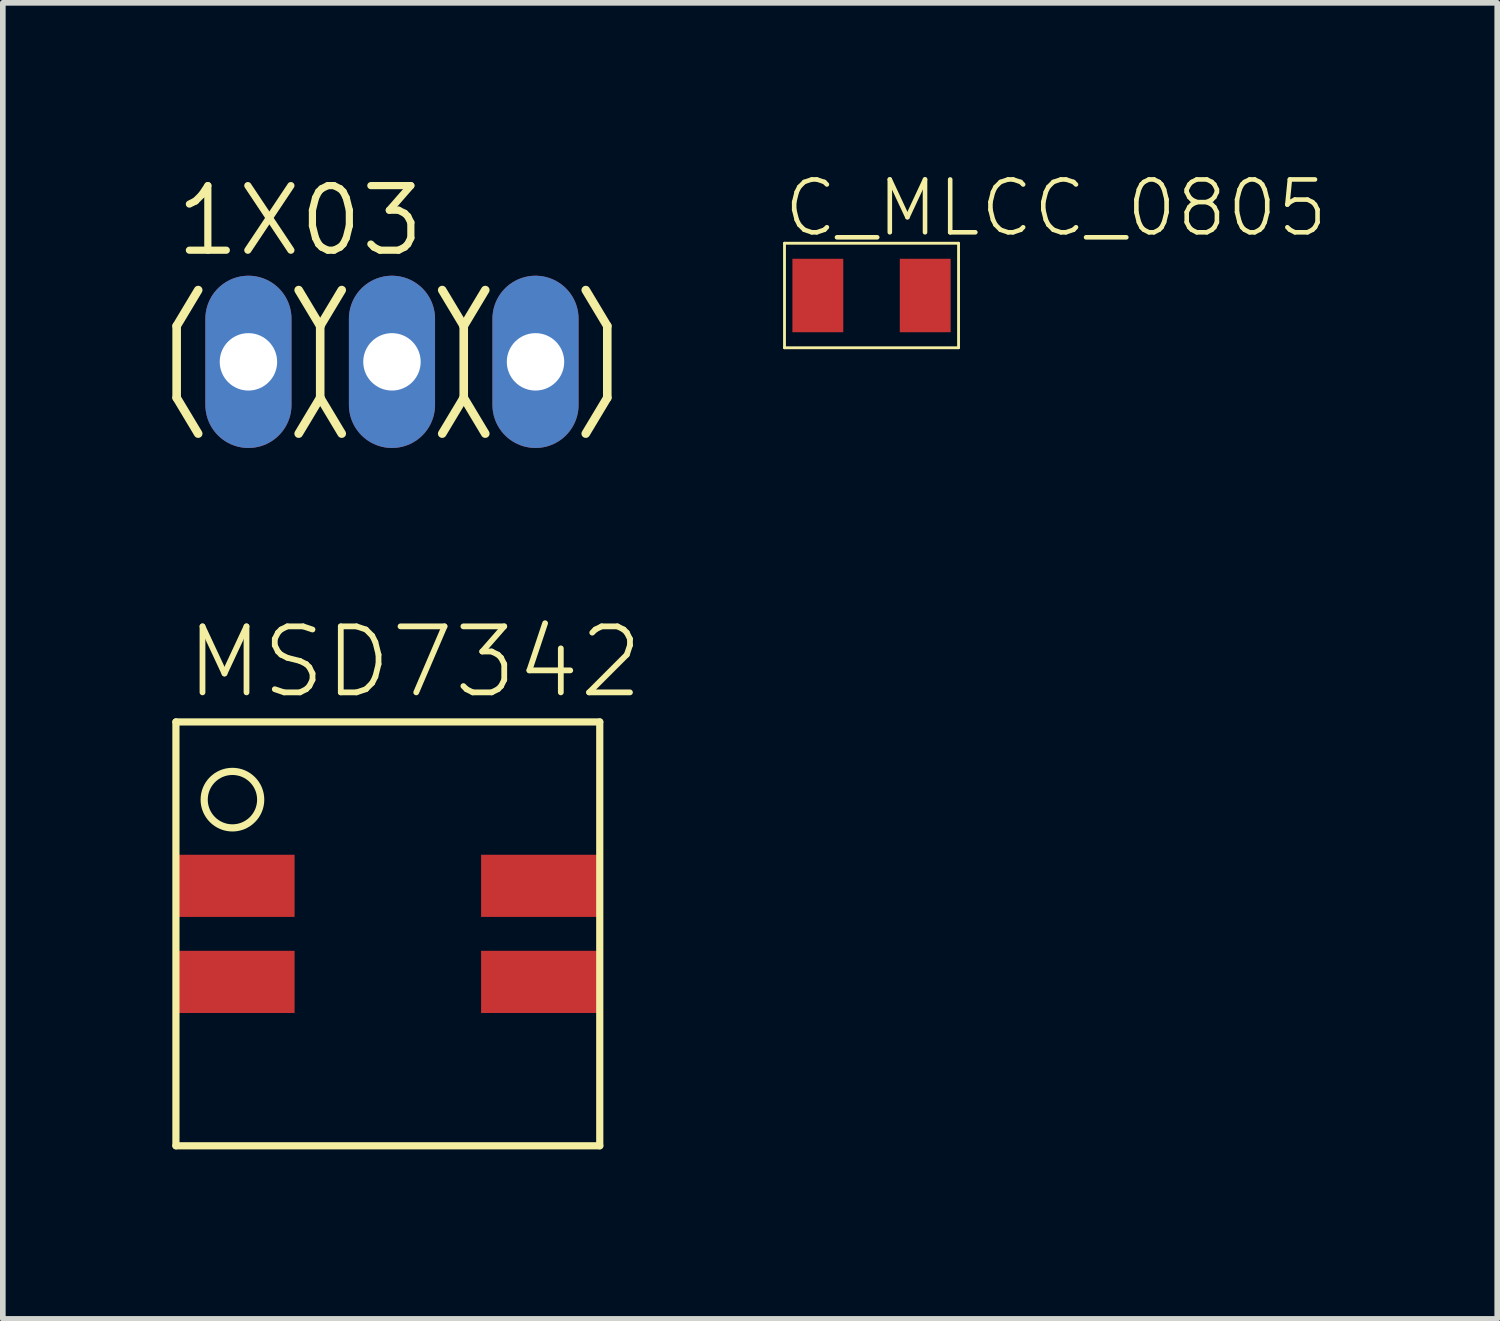
<source format=kicad_pcb>
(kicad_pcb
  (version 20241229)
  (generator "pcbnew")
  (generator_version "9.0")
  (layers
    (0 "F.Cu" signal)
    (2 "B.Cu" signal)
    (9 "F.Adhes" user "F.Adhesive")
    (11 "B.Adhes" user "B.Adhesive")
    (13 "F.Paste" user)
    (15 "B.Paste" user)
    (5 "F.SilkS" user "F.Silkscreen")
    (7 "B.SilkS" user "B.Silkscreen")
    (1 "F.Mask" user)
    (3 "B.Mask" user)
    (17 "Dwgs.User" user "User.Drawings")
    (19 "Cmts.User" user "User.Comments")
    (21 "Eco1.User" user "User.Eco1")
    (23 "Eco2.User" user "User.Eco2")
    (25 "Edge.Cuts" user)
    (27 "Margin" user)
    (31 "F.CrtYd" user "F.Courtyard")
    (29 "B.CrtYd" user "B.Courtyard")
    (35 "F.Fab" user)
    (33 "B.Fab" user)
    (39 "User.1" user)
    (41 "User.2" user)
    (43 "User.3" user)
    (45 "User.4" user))
  (footprint "1X03"
    (layer "F.Cu")
    (at 3.886 3.353)
    (property "Reference" "1X03" (at -3.886 -1.829 0) (layer "F.SilkS") (effects (font (size 1.143 1.143) (thickness 0.127)) (justify left bottom)))
    (fp_line (start -3.81 -0.635) (end -3.81 0.635) (stroke (width 0.152) (type solid)) (layer "F.SilkS"))
    (fp_line (start -3.81 0.635) (end -3.429 1.27) (stroke (width 0.152) (type solid)) (layer "F.SilkS"))
    (fp_line (start -3.429 -1.27) (end -3.81 -0.635) (stroke (width 0.152) (type solid)) (layer "F.SilkS"))
    (fp_line (start -1.651 -1.27) (end -1.27 -0.635) (stroke (width 0.152) (type solid)) (layer "F.SilkS"))
    (fp_line (start -1.27 -0.635) (end -1.27 0.635) (stroke (width 0.152) (type solid)) (layer "F.SilkS"))
    (fp_line (start -1.27 -0.635) (end -0.889 -1.27) (stroke (width 0.152) (type solid)) (layer "F.SilkS"))
    (fp_line (start -1.27 0.635) (end -1.651 1.27) (stroke (width 0.152) (type solid)) (layer "F.SilkS"))
    (fp_line (start -0.889 1.27) (end -1.27 0.635) (stroke (width 0.152) (type solid)) (layer "F.SilkS"))
    (fp_line (start 0.889 -1.27) (end 1.27 -0.635) (stroke (width 0.152) (type solid)) (layer "F.SilkS"))
    (fp_line (start 1.27 -0.635) (end 1.27 0.635) (stroke (width 0.152) (type solid)) (layer "F.SilkS"))
    (fp_line (start 1.27 -0.635) (end 1.651 -1.27) (stroke (width 0.152) (type solid)) (layer "F.SilkS"))
    (fp_line (start 1.27 0.635) (end 0.889 1.27) (stroke (width 0.152) (type solid)) (layer "F.SilkS"))
    (fp_line (start 1.651 1.27) (end 1.27 0.635) (stroke (width 0.152) (type solid)) (layer "F.SilkS"))
    (fp_line (start 3.429 -1.27) (end 3.81 -0.635) (stroke (width 0.152) (type solid)) (layer "F.SilkS"))
    (fp_line (start 3.81 -0.635) (end 3.81 0.635) (stroke (width 0.152) (type solid)) (layer "F.SilkS"))
    (fp_line (start 3.81 0.635) (end 3.429 1.27) (stroke (width 0.152) (type solid)) (layer "F.SilkS"))
    (fp_poly (pts (xy -2.794 0.254) (xy -2.286 0.254) (xy -2.286 -0.254) (xy -2.794 -0.254)) (stroke (width 0.1) (type solid)) (fill no) (layer "F.Fab"))
    (fp_poly (pts (xy -0.254 0.254) (xy 0.254 0.254) (xy 0.254 -0.254) (xy -0.254 -0.254)) (stroke (width 0.1) (type solid)) (fill no) (layer "F.Fab"))
    (fp_poly (pts (xy 2.286 0.254) (xy 2.794 0.254) (xy 2.794 -0.254) (xy 2.286 -0.254)) (stroke (width 0.1) (type solid)) (fill no) (layer "F.Fab"))
    (pad "1" thru_hole oval (at -2.54 0 90) (size 3.048 1.524) (drill 1.016) (layers "*.Cu" "*.Mask"))
    (pad "2" thru_hole oval (at 0 0 90) (size 3.048 1.524) (drill 1.016) (layers "*.Cu" "*.Mask"))
    (pad "3" thru_hole oval (at 2.54 0 90) (size 3.048 1.524) (drill 1.016) (layers "*.Cu" "*.Mask")))
  (footprint "MSD7342"
    (layer "F.Cu")
    (at 3.813 13.475)
    (property "Reference" "MSD7342" (at -3.625 -4.125 0) (layer "F.SilkS") (effects (font (size 1.168 1.168) (thickness 0.102)) (justify left bottom)))
    (fp_line (start -3.75 -3.75) (end 3.75 -3.75) (stroke (width 0.127) (type solid)) (layer "F.SilkS"))
    (fp_line (start -3.75 3.75) (end -3.75 -3.75) (stroke (width 0.127) (type solid)) (layer "F.SilkS"))
    (fp_line (start 3.75 -3.75) (end 3.75 3.75) (stroke (width 0.127) (type solid)) (layer "F.SilkS"))
    (fp_line (start 3.75 3.75) (end -3.75 3.75) (stroke (width 0.127) (type solid)) (layer "F.SilkS"))
    (fp_circle (center -2.75 -2.375) (end -2.25 -2.375) (stroke (width 0.127) (type solid)) (fill no) (layer "F.SilkS"))
    (pad "1" smd rect (at -2.7 -0.85) (size 2.1 1.1) (layers "F.Cu" "F.Mask" "F.Paste"))
    (pad "2" smd rect (at -2.7 0.85) (size 2.1 1.1) (layers "F.Cu" "F.Mask" "F.Paste"))
    (pad "3" smd rect (at 2.7 0.85) (size 2.1 1.1) (layers "F.Cu" "F.Mask" "F.Paste"))
    (pad "4" smd rect (at 2.7 -0.85) (size 2.1 1.1) (layers "F.Cu" "F.Mask" "F.Paste")))
  (footprint "C_MLCC_0805"
    (layer "F.Cu")
    (at 12.372 2.179)
    (property "Reference" "C_MLCC_0805" (at -1.6 -1 0) (layer "F.SilkS") (effects (font (size 0.935 0.935) (thickness 0.081)) (justify left bottom)))
    (fp_line (start -1.54 -0.925) (end 1.54 -0.925) (stroke (width 0.05) (type solid)) (layer "F.SilkS"))
    (fp_line (start -1.54 0.925) (end -1.54 -0.925) (stroke (width 0.05) (type solid)) (layer "F.SilkS"))
    (fp_line (start 1.54 -0.925) (end 1.54 0.925) (stroke (width 0.05) (type solid)) (layer "F.SilkS"))
    (fp_line (start 1.54 0.925) (end -1.54 0.925) (stroke (width 0.05) (type solid)) (layer "F.SilkS"))
    (pad "P$1" smd rect (at -0.95 0) (size 0.9 1.3) (layers "F.Cu" "F.Mask" "F.Paste"))
    (pad "P$2" smd rect (at 0.95 0) (size 0.9 1.3) (layers "F.Cu" "F.Mask" "F.Paste")))
  (gr_rect
    (start -3 -3)
    (end 23.444 20.288)
    (stroke (width 0.1) (type default))
    (fill no)
    (layer "Edge.Cuts")))
</source>
